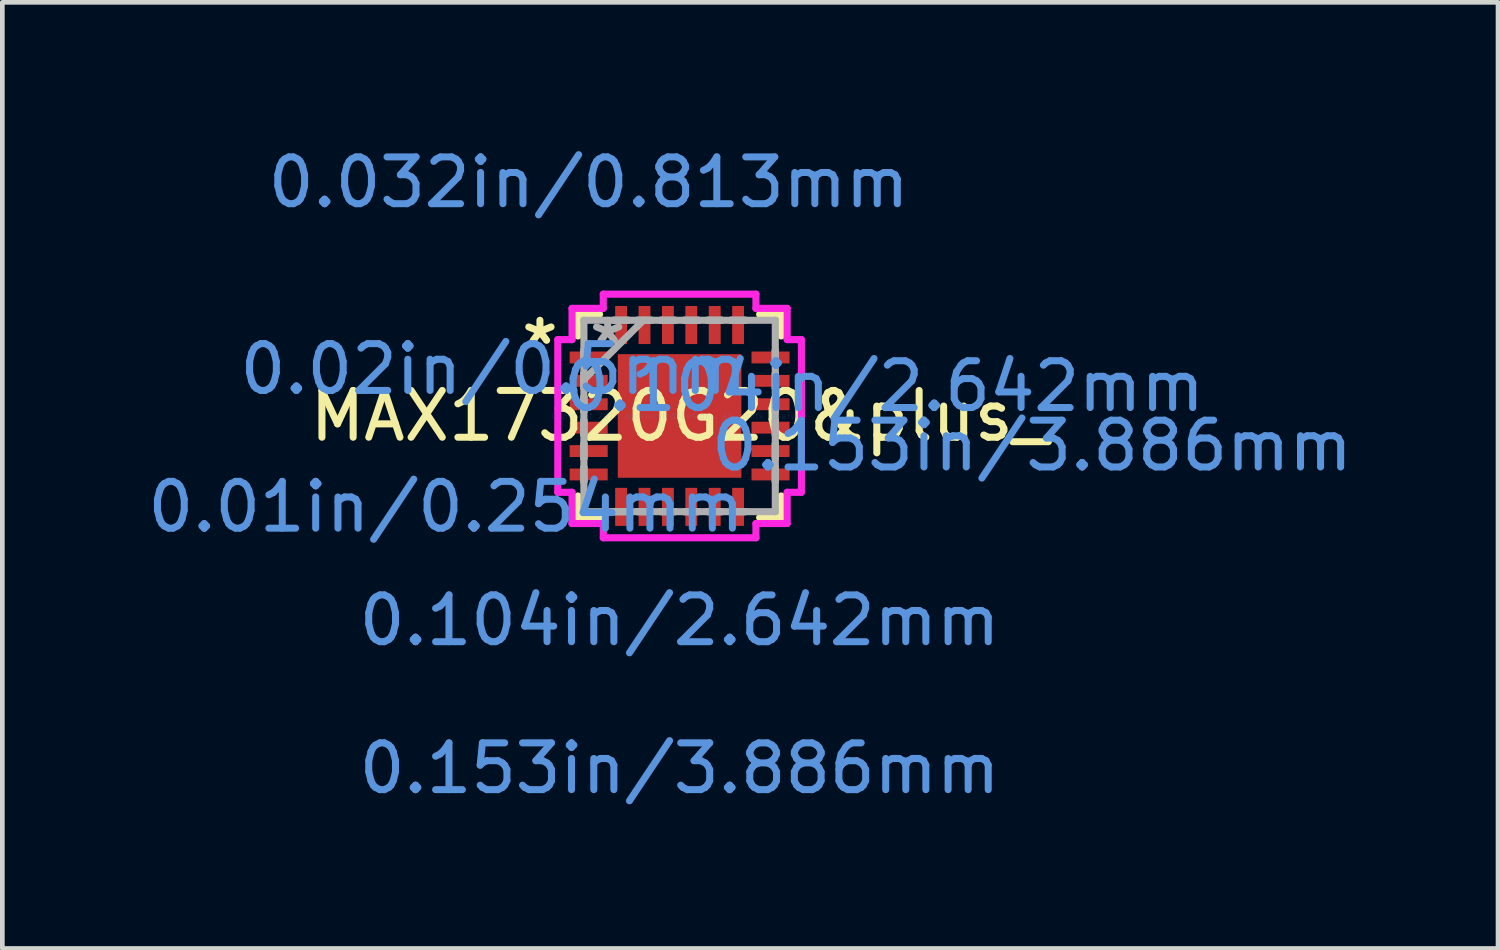
<source format=kicad_pcb>
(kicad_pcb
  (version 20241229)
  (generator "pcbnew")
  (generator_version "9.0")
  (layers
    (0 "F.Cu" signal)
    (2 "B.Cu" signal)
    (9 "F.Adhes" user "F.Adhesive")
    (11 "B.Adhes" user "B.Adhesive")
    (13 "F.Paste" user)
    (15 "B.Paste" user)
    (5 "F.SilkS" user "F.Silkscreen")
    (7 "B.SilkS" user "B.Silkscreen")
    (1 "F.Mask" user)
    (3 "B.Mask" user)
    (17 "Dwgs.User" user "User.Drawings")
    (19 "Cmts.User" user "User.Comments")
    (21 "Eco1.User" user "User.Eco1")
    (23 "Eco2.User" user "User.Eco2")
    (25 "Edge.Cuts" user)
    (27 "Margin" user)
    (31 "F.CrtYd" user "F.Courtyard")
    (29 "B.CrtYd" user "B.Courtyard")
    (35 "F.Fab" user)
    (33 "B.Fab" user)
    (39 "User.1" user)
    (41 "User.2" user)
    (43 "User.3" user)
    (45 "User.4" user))
  (footprint "MAX17320G20&plus_"
    (layer "F.Cu")
    (at 11.473 5.839)
    (property "Reference" "MAX17320G20&plus_" (at 0 0 0) (layer "F.SilkS") (effects (font (size 1 1) (thickness 0.15))))
    (attr through_hole)
    (fp_line (start -2.172 -2.172) (end -2.172 -1.71) (stroke (width 0.152) (type solid)) (layer "F.SilkS"))
    (fp_line (start -2.172 1.71) (end -2.172 2.172) (stroke (width 0.152) (type solid)) (layer "F.SilkS"))
    (fp_line (start -2.172 2.172) (end -1.71 2.172) (stroke (width 0.152) (type solid)) (layer "F.SilkS"))
    (fp_line (start -1.71 -2.172) (end -2.172 -2.172) (stroke (width 0.152) (type solid)) (layer "F.SilkS"))
    (fp_line (start 1.71 2.172) (end 2.172 2.172) (stroke (width 0.152) (type solid)) (layer "F.SilkS"))
    (fp_line (start 2.172 -2.172) (end 1.71 -2.172) (stroke (width 0.152) (type solid)) (layer "F.SilkS"))
    (fp_line (start 2.172 -1.71) (end 2.172 -2.172) (stroke (width 0.152) (type solid)) (layer "F.SilkS"))
    (fp_line (start 2.172 2.172) (end 2.172 1.71) (stroke (width 0.152) (type solid)) (layer "F.SilkS"))
    (fp_line (start -2.603 -1.631) (end -2.299 -1.631) (stroke (width 0.152) (type solid)) (layer "F.CrtYd"))
    (fp_line (start -2.603 1.631) (end -2.603 -1.631) (stroke (width 0.152) (type solid)) (layer "F.CrtYd"))
    (fp_line (start -2.299 -2.299) (end -1.631 -2.299) (stroke (width 0.152) (type solid)) (layer "F.CrtYd"))
    (fp_line (start -2.299 -1.631) (end -2.299 -2.299) (stroke (width 0.152) (type solid)) (layer "F.CrtYd"))
    (fp_line (start -2.299 1.631) (end -2.603 1.631) (stroke (width 0.152) (type solid)) (layer "F.CrtYd"))
    (fp_line (start -2.299 2.299) (end -2.299 1.631) (stroke (width 0.152) (type solid)) (layer "F.CrtYd"))
    (fp_line (start -1.631 -2.603) (end 1.631 -2.603) (stroke (width 0.152) (type solid)) (layer "F.CrtYd"))
    (fp_line (start -1.631 -2.299) (end -1.631 -2.603) (stroke (width 0.152) (type solid)) (layer "F.CrtYd"))
    (fp_line (start -1.631 2.299) (end -2.299 2.299) (stroke (width 0.152) (type solid)) (layer "F.CrtYd"))
    (fp_line (start -1.631 2.603) (end -1.631 2.299) (stroke (width 0.152) (type solid)) (layer "F.CrtYd"))
    (fp_line (start 1.631 -2.603) (end 1.631 -2.299) (stroke (width 0.152) (type solid)) (layer "F.CrtYd"))
    (fp_line (start 1.631 -2.299) (end 2.299 -2.299) (stroke (width 0.152) (type solid)) (layer "F.CrtYd"))
    (fp_line (start 1.631 2.299) (end 1.631 2.603) (stroke (width 0.152) (type solid)) (layer "F.CrtYd"))
    (fp_line (start 1.631 2.603) (end -1.631 2.603) (stroke (width 0.152) (type solid)) (layer "F.CrtYd"))
    (fp_line (start 2.299 -2.299) (end 2.299 -1.631) (stroke (width 0.152) (type solid)) (layer "F.CrtYd"))
    (fp_line (start 2.299 -1.631) (end 2.603 -1.631) (stroke (width 0.152) (type solid)) (layer "F.CrtYd"))
    (fp_line (start 2.299 1.631) (end 2.299 2.299) (stroke (width 0.152) (type solid)) (layer "F.CrtYd"))
    (fp_line (start 2.299 2.299) (end 1.631 2.299) (stroke (width 0.152) (type solid)) (layer "F.CrtYd"))
    (fp_line (start 2.603 -1.631) (end 2.603 1.631) (stroke (width 0.152) (type solid)) (layer "F.CrtYd"))
    (fp_line (start 2.603 1.631) (end 2.299 1.631) (stroke (width 0.152) (type solid)) (layer "F.CrtYd"))
    (fp_line (start -2.045 -2.045) (end -2.045 -2.045) (stroke (width 0.152) (type solid)) (layer "F.Fab"))
    (fp_line (start -2.045 -2.045) (end -2.045 2.045) (stroke (width 0.152) (type solid)) (layer "F.Fab"))
    (fp_line (start -2.045 -1.402) (end -2.045 -1.402) (stroke (width 0.152) (type solid)) (layer "F.Fab"))
    (fp_line (start -2.045 -1.402) (end -2.045 -1.098) (stroke (width 0.152) (type solid)) (layer "F.Fab"))
    (fp_line (start -2.045 -1.098) (end -2.045 -1.402) (stroke (width 0.152) (type solid)) (layer "F.Fab"))
    (fp_line (start -2.045 -1.098) (end -2.045 -1.098) (stroke (width 0.152) (type solid)) (layer "F.Fab"))
    (fp_line (start -2.045 -0.902) (end -2.045 -0.902) (stroke (width 0.152) (type solid)) (layer "F.Fab"))
    (fp_line (start -2.045 -0.902) (end -2.045 -0.598) (stroke (width 0.152) (type solid)) (layer "F.Fab"))
    (fp_line (start -2.045 -0.775) (end -0.775 -2.045) (stroke (width 0.152) (type solid)) (layer "F.Fab"))
    (fp_line (start -2.045 -0.598) (end -2.045 -0.902) (stroke (width 0.152) (type solid)) (layer "F.Fab"))
    (fp_line (start -2.045 -0.598) (end -2.045 -0.598) (stroke (width 0.152) (type solid)) (layer "F.Fab"))
    (fp_line (start -2.045 -0.402) (end -2.045 -0.402) (stroke (width 0.152) (type solid)) (layer "F.Fab"))
    (fp_line (start -2.045 -0.402) (end -2.045 -0.098) (stroke (width 0.152) (type solid)) (layer "F.Fab"))
    (fp_line (start -2.045 -0.098) (end -2.045 -0.402) (stroke (width 0.152) (type solid)) (layer "F.Fab"))
    (fp_line (start -2.045 -0.098) (end -2.045 -0.098) (stroke (width 0.152) (type solid)) (layer "F.Fab"))
    (fp_line (start -2.045 0.098) (end -2.045 0.098) (stroke (width 0.152) (type solid)) (layer "F.Fab"))
    (fp_line (start -2.045 0.098) (end -2.045 0.402) (stroke (width 0.152) (type solid)) (layer "F.Fab"))
    (fp_line (start -2.045 0.402) (end -2.045 0.098) (stroke (width 0.152) (type solid)) (layer "F.Fab"))
    (fp_line (start -2.045 0.402) (end -2.045 0.402) (stroke (width 0.152) (type solid)) (layer "F.Fab"))
    (fp_line (start -2.045 0.598) (end -2.045 0.598) (stroke (width 0.152) (type solid)) (layer "F.Fab"))
    (fp_line (start -2.045 0.598) (end -2.045 0.902) (stroke (width 0.152) (type solid)) (layer "F.Fab"))
    (fp_line (start -2.045 0.902) (end -2.045 0.598) (stroke (width 0.152) (type solid)) (layer "F.Fab"))
    (fp_line (start -2.045 0.902) (end -2.045 0.902) (stroke (width 0.152) (type solid)) (layer "F.Fab"))
    (fp_line (start -2.045 1.098) (end -2.045 1.098) (stroke (width 0.152) (type solid)) (layer "F.Fab"))
    (fp_line (start -2.045 1.098) (end -2.045 1.402) (stroke (width 0.152) (type solid)) (layer "F.Fab"))
    (fp_line (start -2.045 1.402) (end -2.045 1.098) (stroke (width 0.152) (type solid)) (layer "F.Fab"))
    (fp_line (start -2.045 1.402) (end -2.045 1.402) (stroke (width 0.152) (type solid)) (layer "F.Fab"))
    (fp_line (start -2.045 2.045) (end -2.045 2.045) (stroke (width 0.152) (type solid)) (layer "F.Fab"))
    (fp_line (start -2.045 2.045) (end 2.045 2.045) (stroke (width 0.152) (type solid)) (layer "F.Fab"))
    (fp_line (start -1.402 -2.045) (end -1.402 -2.045) (stroke (width 0.152) (type solid)) (layer "F.Fab"))
    (fp_line (start -1.402 -2.045) (end -1.098 -2.045) (stroke (width 0.152) (type solid)) (layer "F.Fab"))
    (fp_line (start -1.402 2.045) (end -1.402 2.045) (stroke (width 0.152) (type solid)) (layer "F.Fab"))
    (fp_line (start -1.402 2.045) (end -1.098 2.045) (stroke (width 0.152) (type solid)) (layer "F.Fab"))
    (fp_line (start -1.098 -2.045) (end -1.402 -2.045) (stroke (width 0.152) (type solid)) (layer "F.Fab"))
    (fp_line (start -1.098 -2.045) (end -1.098 -2.045) (stroke (width 0.152) (type solid)) (layer "F.Fab"))
    (fp_line (start -1.098 2.045) (end -1.402 2.045) (stroke (width 0.152) (type solid)) (layer "F.Fab"))
    (fp_line (start -1.098 2.045) (end -1.098 2.045) (stroke (width 0.152) (type solid)) (layer "F.Fab"))
    (fp_line (start -0.902 -2.045) (end -0.902 -2.045) (stroke (width 0.152) (type solid)) (layer "F.Fab"))
    (fp_line (start -0.902 -2.045) (end -0.598 -2.045) (stroke (width 0.152) (type solid)) (layer "F.Fab"))
    (fp_line (start -0.902 2.045) (end -0.902 2.045) (stroke (width 0.152) (type solid)) (layer "F.Fab"))
    (fp_line (start -0.902 2.045) (end -0.598 2.045) (stroke (width 0.152) (type solid)) (layer "F.Fab"))
    (fp_line (start -0.598 -2.045) (end -0.902 -2.045) (stroke (width 0.152) (type solid)) (layer "F.Fab"))
    (fp_line (start -0.598 -2.045) (end -0.598 -2.045) (stroke (width 0.152) (type solid)) (layer "F.Fab"))
    (fp_line (start -0.598 2.045) (end -0.902 2.045) (stroke (width 0.152) (type solid)) (layer "F.Fab"))
    (fp_line (start -0.598 2.045) (end -0.598 2.045) (stroke (width 0.152) (type solid)) (layer "F.Fab"))
    (fp_line (start -0.402 -2.045) (end -0.402 -2.045) (stroke (width 0.152) (type solid)) (layer "F.Fab"))
    (fp_line (start -0.402 -2.045) (end -0.098 -2.045) (stroke (width 0.152) (type solid)) (layer "F.Fab"))
    (fp_line (start -0.402 2.045) (end -0.402 2.045) (stroke (width 0.152) (type solid)) (layer "F.Fab"))
    (fp_line (start -0.402 2.045) (end -0.098 2.045) (stroke (width 0.152) (type solid)) (layer "F.Fab"))
    (fp_line (start -0.098 -2.045) (end -0.402 -2.045) (stroke (width 0.152) (type solid)) (layer "F.Fab"))
    (fp_line (start -0.098 -2.045) (end -0.098 -2.045) (stroke (width 0.152) (type solid)) (layer "F.Fab"))
    (fp_line (start -0.098 2.045) (end -0.402 2.045) (stroke (width 0.152) (type solid)) (layer "F.Fab"))
    (fp_line (start -0.098 2.045) (end -0.098 2.045) (stroke (width 0.152) (type solid)) (layer "F.Fab"))
    (fp_line (start 0.098 -2.045) (end 0.098 -2.045) (stroke (width 0.152) (type solid)) (layer "F.Fab"))
    (fp_line (start 0.098 -2.045) (end 0.402 -2.045) (stroke (width 0.152) (type solid)) (layer "F.Fab"))
    (fp_line (start 0.098 2.045) (end 0.098 2.045) (stroke (width 0.152) (type solid)) (layer "F.Fab"))
    (fp_line (start 0.098 2.045) (end 0.402 2.045) (stroke (width 0.152) (type solid)) (layer "F.Fab"))
    (fp_line (start 0.402 -2.045) (end 0.098 -2.045) (stroke (width 0.152) (type solid)) (layer "F.Fab"))
    (fp_line (start 0.402 -2.045) (end 0.402 -2.045) (stroke (width 0.152) (type solid)) (layer "F.Fab"))
    (fp_line (start 0.402 2.045) (end 0.098 2.045) (stroke (width 0.152) (type solid)) (layer "F.Fab"))
    (fp_line (start 0.402 2.045) (end 0.402 2.045) (stroke (width 0.152) (type solid)) (layer "F.Fab"))
    (fp_line (start 0.598 -2.045) (end 0.598 -2.045) (stroke (width 0.152) (type solid)) (layer "F.Fab"))
    (fp_line (start 0.598 -2.045) (end 0.902 -2.045) (stroke (width 0.152) (type solid)) (layer "F.Fab"))
    (fp_line (start 0.598 2.045) (end 0.598 2.045) (stroke (width 0.152) (type solid)) (layer "F.Fab"))
    (fp_line (start 0.598 2.045) (end 0.902 2.045) (stroke (width 0.152) (type solid)) (layer "F.Fab"))
    (fp_line (start 0.902 -2.045) (end 0.598 -2.045) (stroke (width 0.152) (type solid)) (layer "F.Fab"))
    (fp_line (start 0.902 -2.045) (end 0.902 -2.045) (stroke (width 0.152) (type solid)) (layer "F.Fab"))
    (fp_line (start 0.902 2.045) (end 0.598 2.045) (stroke (width 0.152) (type solid)) (layer "F.Fab"))
    (fp_line (start 0.902 2.045) (end 0.902 2.045) (stroke (width 0.152) (type solid)) (layer "F.Fab"))
    (fp_line (start 1.098 -2.045) (end 1.098 -2.045) (stroke (width 0.152) (type solid)) (layer "F.Fab"))
    (fp_line (start 1.098 -2.045) (end 1.402 -2.045) (stroke (width 0.152) (type solid)) (layer "F.Fab"))
    (fp_line (start 1.098 2.045) (end 1.098 2.045) (stroke (width 0.152) (type solid)) (layer "F.Fab"))
    (fp_line (start 1.098 2.045) (end 1.402 2.045) (stroke (width 0.152) (type solid)) (layer "F.Fab"))
    (fp_line (start 1.402 -2.045) (end 1.098 -2.045) (stroke (width 0.152) (type solid)) (layer "F.Fab"))
    (fp_line (start 1.402 -2.045) (end 1.402 -2.045) (stroke (width 0.152) (type solid)) (layer "F.Fab"))
    (fp_line (start 1.402 2.045) (end 1.098 2.045) (stroke (width 0.152) (type solid)) (layer "F.Fab"))
    (fp_line (start 1.402 2.045) (end 1.402 2.045) (stroke (width 0.152) (type solid)) (layer "F.Fab"))
    (fp_line (start 2.045 -2.045) (end -2.045 -2.045) (stroke (width 0.152) (type solid)) (layer "F.Fab"))
    (fp_line (start 2.045 -2.045) (end 2.045 -2.045) (stroke (width 0.152) (type solid)) (layer "F.Fab"))
    (fp_line (start 2.045 -1.402) (end 2.045 -1.402) (stroke (width 0.152) (type solid)) (layer "F.Fab"))
    (fp_line (start 2.045 -1.402) (end 2.045 -1.098) (stroke (width 0.152) (type solid)) (layer "F.Fab"))
    (fp_line (start 2.045 -1.098) (end 2.045 -1.402) (stroke (width 0.152) (type solid)) (layer "F.Fab"))
    (fp_line (start 2.045 -1.098) (end 2.045 -1.098) (stroke (width 0.152) (type solid)) (layer "F.Fab"))
    (fp_line (start 2.045 -0.902) (end 2.045 -0.902) (stroke (width 0.152) (type solid)) (layer "F.Fab"))
    (fp_line (start 2.045 -0.902) (end 2.045 -0.598) (stroke (width 0.152) (type solid)) (layer "F.Fab"))
    (fp_line (start 2.045 -0.598) (end 2.045 -0.902) (stroke (width 0.152) (type solid)) (layer "F.Fab"))
    (fp_line (start 2.045 -0.598) (end 2.045 -0.598) (stroke (width 0.152) (type solid)) (layer "F.Fab"))
    (fp_line (start 2.045 -0.402) (end 2.045 -0.402) (stroke (width 0.152) (type solid)) (layer "F.Fab"))
    (fp_line (start 2.045 -0.402) (end 2.045 -0.098) (stroke (width 0.152) (type solid)) (layer "F.Fab"))
    (fp_line (start 2.045 -0.098) (end 2.045 -0.402) (stroke (width 0.152) (type solid)) (layer "F.Fab"))
    (fp_line (start 2.045 -0.098) (end 2.045 -0.098) (stroke (width 0.152) (type solid)) (layer "F.Fab"))
    (fp_line (start 2.045 0.098) (end 2.045 0.098) (stroke (width 0.152) (type solid)) (layer "F.Fab"))
    (fp_line (start 2.045 0.098) (end 2.045 0.402) (stroke (width 0.152) (type solid)) (layer "F.Fab"))
    (fp_line (start 2.045 0.402) (end 2.045 0.098) (stroke (width 0.152) (type solid)) (layer "F.Fab"))
    (fp_line (start 2.045 0.402) (end 2.045 0.402) (stroke (width 0.152) (type solid)) (layer "F.Fab"))
    (fp_line (start 2.045 0.598) (end 2.045 0.598) (stroke (width 0.152) (type solid)) (layer "F.Fab"))
    (fp_line (start 2.045 0.598) (end 2.045 0.902) (stroke (width 0.152) (type solid)) (layer "F.Fab"))
    (fp_line (start 2.045 0.902) (end 2.045 0.598) (stroke (width 0.152) (type solid)) (layer "F.Fab"))
    (fp_line (start 2.045 0.902) (end 2.045 0.902) (stroke (width 0.152) (type solid)) (layer "F.Fab"))
    (fp_line (start 2.045 1.098) (end 2.045 1.098) (stroke (width 0.152) (type solid)) (layer "F.Fab"))
    (fp_line (start 2.045 1.098) (end 2.045 1.402) (stroke (width 0.152) (type solid)) (layer "F.Fab"))
    (fp_line (start 2.045 1.402) (end 2.045 1.098) (stroke (width 0.152) (type solid)) (layer "F.Fab"))
    (fp_line (start 2.045 1.402) (end 2.045 1.402) (stroke (width 0.152) (type solid)) (layer "F.Fab"))
    (fp_line (start 2.045 2.045) (end 2.045 -2.045) (stroke (width 0.152) (type solid)) (layer "F.Fab"))
    (fp_line (start 2.045 2.045) (end 2.045 2.045) (stroke (width 0.152) (type solid)) (layer "F.Fab"))
    (fp_text user "*" (at -2.985 -1.5 0) (layer "F.SilkS") (effects (font (size 1 1) (thickness 0.15))))
    (fp_text user "0.153in/3.886mm" (at 0 7.531 0) (layer "Cmts.User") (effects (font (size 1 1) (thickness 0.15))))
    (fp_text user "0.153in/3.886mm" (at 7.531 0.635 0) (layer "Cmts.User") (effects (font (size 1 1) (thickness 0.15))))
    (fp_text user "0.02in/0.5mm" (at -3.975 -1 0) (layer "Cmts.User") (effects (font (size 1 1) (thickness 0.15))))
    (fp_text user "0.104in/2.642mm" (at 4.369 -0.635 0) (layer "Cmts.User") (effects (font (size 1 1) (thickness 0.15))))
    (fp_text user "0.032in/0.813mm" (at -1.943 -4.991 0) (layer "Cmts.User") (effects (font (size 1 1) (thickness 0.15))))
    (fp_text user "0.01in/0.254mm" (at -4.991 1.943 0) (layer "Cmts.User") (effects (font (size 1 1) (thickness 0.15))))
    (fp_text user "Copyright 2016 Accelerated Designs. All rights reserved." (at 0 0 0) (layer "Cmts.User") (effects (font (size 0.127 0.127) (thickness 0.002))))
    (fp_text user "0.104in/2.642mm" (at 0 4.369 0) (layer "Cmts.User") (effects (font (size 1 1) (thickness 0.15))))
    (fp_text user "*" (at -1.537 -1.5 0) (layer "F.Fab") (effects (font (size 1 1) (thickness 0.15))))
    (pad "1" smd rect (at -1.943 -1.25 90) (size 0.254 0.813) (layers "F.Cu" "F.Mask" "F.Paste"))
    (pad "2" smd rect (at -1.943 -0.75 90) (size 0.254 0.813) (layers "F.Cu" "F.Mask" "F.Paste"))
    (pad "3" smd rect (at -1.943 -0.25 90) (size 0.254 0.813) (layers "F.Cu" "F.Mask" "F.Paste"))
    (pad "4" smd rect (at -1.943 0.25 90) (size 0.254 0.813) (layers "F.Cu" "F.Mask" "F.Paste"))
    (pad "5" smd rect (at -1.943 0.75 90) (size 0.254 0.813) (layers "F.Cu" "F.Mask" "F.Paste"))
    (pad "6" smd rect (at -1.943 1.25 90) (size 0.254 0.813) (layers "F.Cu" "F.Mask" "F.Paste"))
    (pad "7" smd rect (at -1.25 1.943) (size 0.254 0.813) (layers "F.Cu" "F.Mask" "F.Paste"))
    (pad "8" smd rect (at -0.75 1.943) (size 0.254 0.813) (layers "F.Cu" "F.Mask" "F.Paste"))
    (pad "9" smd rect (at -0.25 1.943) (size 0.254 0.813) (layers "F.Cu" "F.Mask" "F.Paste"))
    (pad "10" smd rect (at 0.25 1.943) (size 0.254 0.813) (layers "F.Cu" "F.Mask" "F.Paste"))
    (pad "11" smd rect (at 0.75 1.943) (size 0.254 0.813) (layers "F.Cu" "F.Mask" "F.Paste"))
    (pad "12" smd rect (at 1.25 1.943) (size 0.254 0.813) (layers "F.Cu" "F.Mask" "F.Paste"))
    (pad "13" smd rect (at 1.943 1.25 90) (size 0.254 0.813) (layers "F.Cu" "F.Mask" "F.Paste"))
    (pad "14" smd rect (at 1.943 0.75 90) (size 0.254 0.813) (layers "F.Cu" "F.Mask" "F.Paste"))
    (pad "15" smd rect (at 1.943 0.25 90) (size 0.254 0.813) (layers "F.Cu" "F.Mask" "F.Paste"))
    (pad "16" smd rect (at 1.943 -0.25 90) (size 0.254 0.813) (layers "F.Cu" "F.Mask" "F.Paste"))
    (pad "17" smd rect (at 1.943 -0.75 90) (size 0.254 0.813) (layers "F.Cu" "F.Mask" "F.Paste"))
    (pad "18" smd rect (at 1.943 -1.25 90) (size 0.254 0.813) (layers "F.Cu" "F.Mask" "F.Paste"))
    (pad "19" smd rect (at 1.25 -1.943) (size 0.254 0.813) (layers "F.Cu" "F.Mask" "F.Paste"))
    (pad "20" smd rect (at 0.75 -1.943) (size 0.254 0.813) (layers "F.Cu" "F.Mask" "F.Paste"))
    (pad "21" smd rect (at 0.25 -1.943) (size 0.254 0.813) (layers "F.Cu" "F.Mask" "F.Paste"))
    (pad "22" smd rect (at -0.25 -1.943) (size 0.254 0.813) (layers "F.Cu" "F.Mask" "F.Paste"))
    (pad "23" smd rect (at -0.75 -1.943) (size 0.254 0.813) (layers "F.Cu" "F.Mask" "F.Paste"))
    (pad "24" smd rect (at -1.25 -1.943) (size 0.254 0.813) (layers "F.Cu" "F.Mask" "F.Paste"))
    (pad "25" smd rect (at 0 0) (size 2.642 2.642) (layers "F.Cu" "F.Mask" "F.Paste")))
  (gr_rect
    (start -3 -3)
    (end 28.963 17.219)
    (stroke (width 0.1) (type default))
    (fill no)
    (layer "Edge.Cuts")))
</source>
